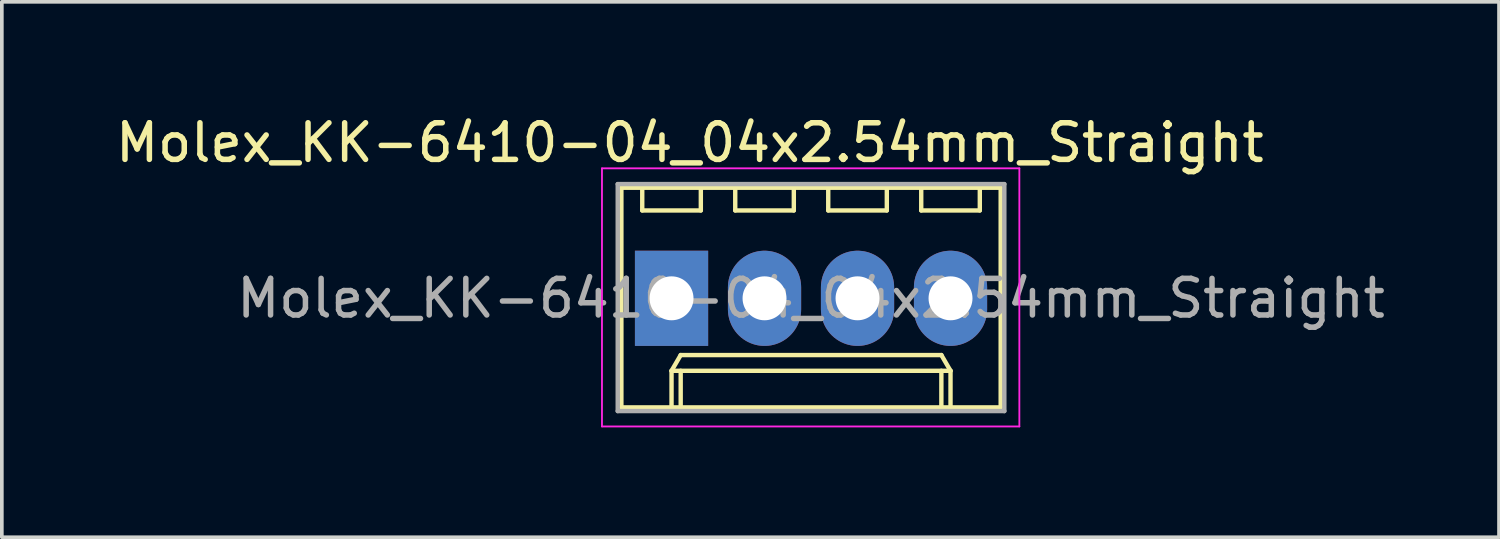
<source format=kicad_pcb>
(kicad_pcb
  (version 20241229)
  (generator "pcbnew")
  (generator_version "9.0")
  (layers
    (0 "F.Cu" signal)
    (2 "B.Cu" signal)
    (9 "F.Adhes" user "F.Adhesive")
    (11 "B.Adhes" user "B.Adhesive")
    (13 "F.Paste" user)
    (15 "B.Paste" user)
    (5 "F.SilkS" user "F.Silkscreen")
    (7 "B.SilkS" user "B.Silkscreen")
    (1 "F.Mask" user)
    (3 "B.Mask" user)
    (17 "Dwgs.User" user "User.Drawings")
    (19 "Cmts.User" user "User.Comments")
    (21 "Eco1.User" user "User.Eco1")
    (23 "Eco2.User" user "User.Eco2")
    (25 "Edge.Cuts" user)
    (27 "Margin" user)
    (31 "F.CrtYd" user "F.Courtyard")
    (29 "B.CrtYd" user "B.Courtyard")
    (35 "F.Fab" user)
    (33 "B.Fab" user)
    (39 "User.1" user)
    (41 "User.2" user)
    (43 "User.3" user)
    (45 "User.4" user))
  (footprint "Molex_KK-6410-04_04x2.54mm_Straight"
    (layer "F.Cu")
    (at 15.292 5.098)
    (property "Reference" "Molex_KK-6410-04_04x2.54mm_Straight" (at 0.5 -4.25 180) (layer "F.SilkS") (effects (font (size 1 1) (thickness 0.15))))
    (attr through_hole)
    (fp_line (start -1.37 -3.02) (end -1.37 2.98) (stroke (width 0.12) (type solid)) (layer "F.SilkS"))
    (fp_line (start -1.37 2.98) (end 8.99 2.98) (stroke (width 0.12) (type solid)) (layer "F.SilkS"))
    (fp_line (start -0.8 -3.02) (end -0.8 -2.4) (stroke (width 0.12) (type solid)) (layer "F.SilkS"))
    (fp_line (start -0.8 -2.4) (end 0.8 -2.4) (stroke (width 0.12) (type solid)) (layer "F.SilkS"))
    (fp_line (start 0 1.98) (end 0.25 1.55) (stroke (width 0.12) (type solid)) (layer "F.SilkS"))
    (fp_line (start 0 1.98) (end 7.62 1.98) (stroke (width 0.12) (type solid)) (layer "F.SilkS"))
    (fp_line (start 0 2.98) (end 0 1.98) (stroke (width 0.12) (type solid)) (layer "F.SilkS"))
    (fp_line (start 0.25 1.55) (end 7.37 1.55) (stroke (width 0.12) (type solid)) (layer "F.SilkS"))
    (fp_line (start 0.25 2.98) (end 0.25 1.98) (stroke (width 0.12) (type solid)) (layer "F.SilkS"))
    (fp_line (start 0.8 -2.4) (end 0.8 -3.02) (stroke (width 0.12) (type solid)) (layer "F.SilkS"))
    (fp_line (start 1.74 -3.02) (end 1.74 -2.4) (stroke (width 0.12) (type solid)) (layer "F.SilkS"))
    (fp_line (start 1.74 -2.4) (end 3.34 -2.4) (stroke (width 0.12) (type solid)) (layer "F.SilkS"))
    (fp_line (start 3.34 -2.4) (end 3.34 -3.02) (stroke (width 0.12) (type solid)) (layer "F.SilkS"))
    (fp_line (start 4.28 -3.02) (end 4.28 -2.4) (stroke (width 0.12) (type solid)) (layer "F.SilkS"))
    (fp_line (start 4.28 -2.4) (end 5.88 -2.4) (stroke (width 0.12) (type solid)) (layer "F.SilkS"))
    (fp_line (start 5.88 -2.4) (end 5.88 -3.02) (stroke (width 0.12) (type solid)) (layer "F.SilkS"))
    (fp_line (start 6.82 -3.02) (end 6.82 -2.4) (stroke (width 0.12) (type solid)) (layer "F.SilkS"))
    (fp_line (start 6.82 -2.4) (end 8.42 -2.4) (stroke (width 0.12) (type solid)) (layer "F.SilkS"))
    (fp_line (start 7.37 1.55) (end 7.62 1.98) (stroke (width 0.12) (type solid)) (layer "F.SilkS"))
    (fp_line (start 7.37 2.98) (end 7.37 1.98) (stroke (width 0.12) (type solid)) (layer "F.SilkS"))
    (fp_line (start 7.62 1.98) (end 7.62 2.98) (stroke (width 0.12) (type solid)) (layer "F.SilkS"))
    (fp_line (start 8.42 -2.4) (end 8.42 -3.02) (stroke (width 0.12) (type solid)) (layer "F.SilkS"))
    (fp_line (start 8.99 -3.02) (end -1.37 -3.02) (stroke (width 0.12) (type solid)) (layer "F.SilkS"))
    (fp_line (start 8.99 2.98) (end 8.99 -3.02) (stroke (width 0.12) (type solid)) (layer "F.SilkS"))
    (fp_line (start -1.9 -3.55) (end 9.5 -3.55) (stroke (width 0.05) (type solid)) (layer "F.CrtYd"))
    (fp_line (start -1.9 3.5) (end -1.9 -3.55) (stroke (width 0.05) (type solid)) (layer "F.CrtYd"))
    (fp_line (start 9.5 -3.55) (end 9.5 3.5) (stroke (width 0.05) (type solid)) (layer "F.CrtYd"))
    (fp_line (start 9.5 3.5) (end -1.9 3.5) (stroke (width 0.05) (type solid)) (layer "F.CrtYd"))
    (fp_line (start -1.47 -3.12) (end -1.47 3.08) (stroke (width 0.12) (type solid)) (layer "F.Fab"))
    (fp_line (start -1.47 3.08) (end 9.09 3.08) (stroke (width 0.12) (type solid)) (layer "F.Fab"))
    (fp_line (start 9.09 -3.12) (end -1.47 -3.12) (stroke (width 0.12) (type solid)) (layer "F.Fab"))
    (fp_line (start 9.09 3.08) (end 9.09 -3.12) (stroke (width 0.12) (type solid)) (layer "F.Fab"))
    (fp_text user "${REFERENCE}" (at 3.81 0 0) (layer "F.Fab") (effects (font (size 1 1) (thickness 0.15))))
    (pad "1" thru_hole rect (at 0 0) (size 2 2.6) (drill 1.2) (layers "*.Cu" "*.Mask"))
    (pad "2" thru_hole oval (at 2.54 0) (size 2 2.6) (drill 1.2) (layers "*.Cu" "*.Mask"))
    (pad "3" thru_hole oval (at 5.08 0) (size 2 2.6) (drill 1.2) (layers "*.Cu" "*.Mask"))
    (pad "4" thru_hole oval (at 7.62 0) (size 2 2.6) (drill 1.2) (layers "*.Cu" "*.Mask")))
  (gr_rect
    (start -3 -3)
    (end 37.893 11.623)
    (stroke (width 0.1) (type default))
    (fill no)
    (layer "Edge.Cuts")))
</source>
